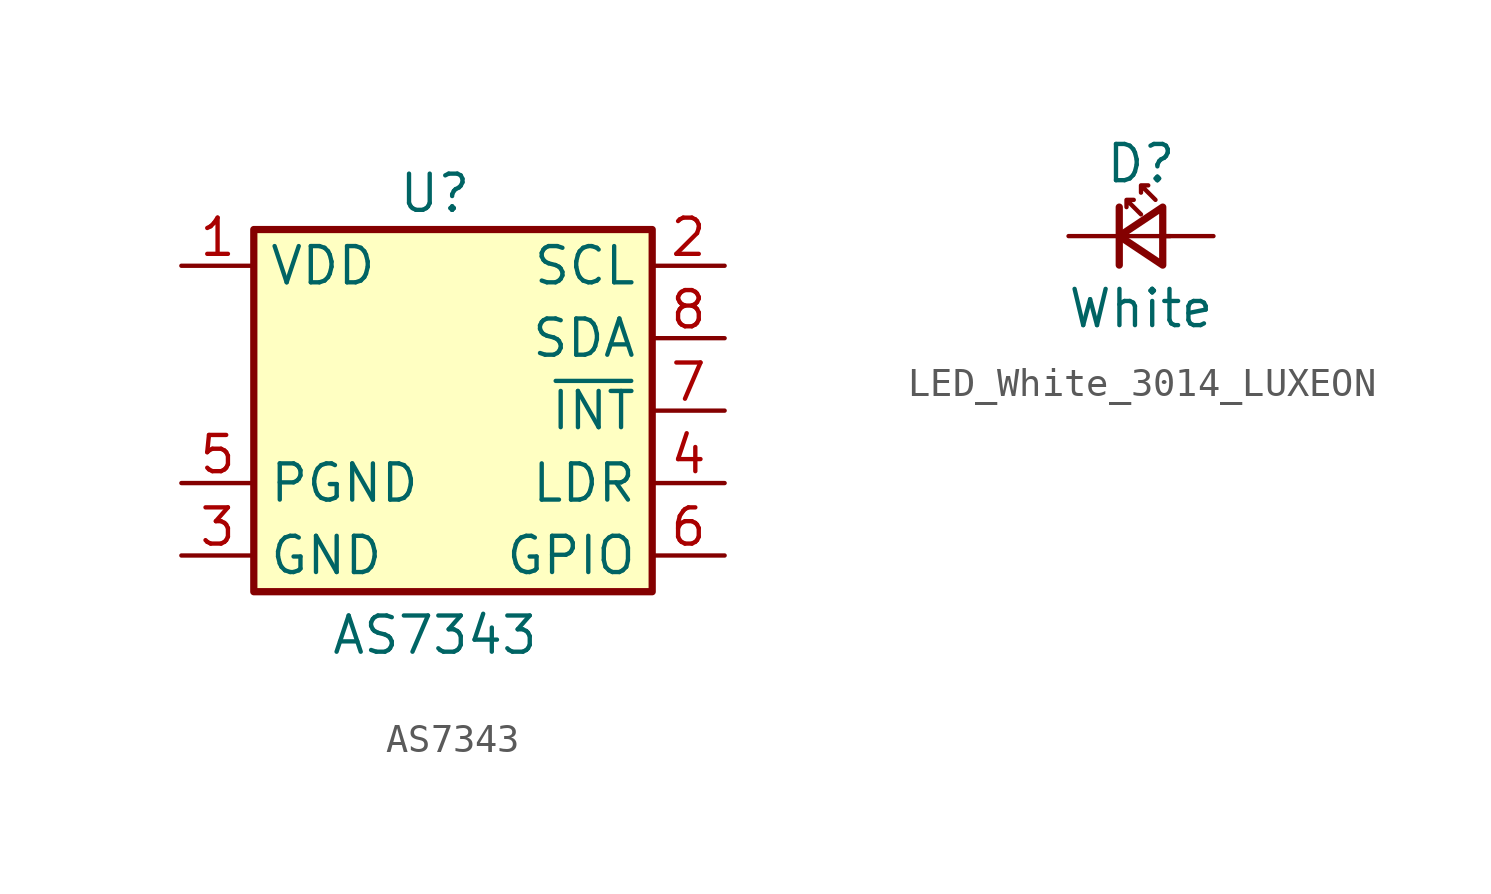
<source format=kicad_sym>
(kicad_symbol_lib
  (version 20241209)
  (generator "kicad_symbol_editor")
  (generator_version "9.0")
  (symbol "AS7343"
    (property "Reference" "U"
      (at 0 7.62 0)
      (effects (font (size 1.27 1.27))))
    (property "Value" "AS7343"
      (at 0 -7.874 0)
      (effects (font (size 1.27 1.27))))
    (symbol "AS7343_0_1"
      (rectangle (start -6.35 6.35) (end 7.62 -6.35) (stroke (width 0.254) (type default)) (fill (type background))))
    (symbol "AS7343_1_1"
      (pin power_in line (at -8.89 5.08 0) (length 2.54) (name "VDD" (effects (font (size 1.27 1.27)))) (number "1" (effects (font (size 1.27 1.27)))))
      (pin power_in line (at -8.89 -2.54 0) (length 2.54) (name "PGND" (effects (font (size 1.27 1.27)))) (number "5" (effects (font (size 1.27 1.27)))))
      (pin power_in line (at -8.89 -5.08 0) (length 2.54) (name "GND" (effects (font (size 1.27 1.27)))) (number "3" (effects (font (size 1.27 1.27)))))
      (pin input line (at 10.16 5.08 180) (length 2.54) (name "SCL" (effects (font (size 1.27 1.27)))) (number "2" (effects (font (size 1.27 1.27)))))
      (pin bidirectional line (at 10.16 2.54 180) (length 2.54) (name "SDA" (effects (font (size 1.27 1.27)))) (number "8" (effects (font (size 1.27 1.27)))))
      (pin output line (at 10.16 0 180) (length 2.54) (name "~{INT}" (effects (font (size 1.27 1.27)))) (number "7" (effects (font (size 1.27 1.27)))))
      (pin output line (at 10.16 -2.54 180) (length 2.54) (name "LDR" (effects (font (size 1.27 1.27)))) (number "4" (effects (font (size 1.27 1.27)))))
      (pin bidirectional line (at 10.16 -5.08 180) (length 2.54) (name "GPIO" (effects (font (size 1.27 1.27)))) (number "6" (effects (font (size 1.27 1.27)))))))
  (symbol "LED_White_3014_LUXEON"
    (pin_numbers
      (hide yes))
    (pin_names
      (offset 1.016)
      (hide yes))
    (property "Reference" "D"
      (at 0 2.54 0)
      (effects (font (size 1.27 1.27))))
    (property "Value" "White"
      (at 0 -2.54 0)
      (effects (font (size 1.27 1.27))))
    (symbol "LED_White_3014_LUXEON_0_1"
      (polyline (pts (xy -0.762 -1.016) (xy -0.762 1.016)) (stroke (width 0.254) (type default)) (fill (type none)))
      (polyline (pts (xy 0 0.762) (xy -0.508 1.27) (xy -0.254 1.27) (xy -0.508 1.27) (xy -0.508 1.016)) (stroke (width 0) (type default)) (fill (type none)))
      (polyline (pts (xy 0.508 1.27) (xy 0 1.778) (xy 0.254 1.778) (xy 0 1.778) (xy 0 1.524)) (stroke (width 0) (type default)) (fill (type none)))
      (polyline (pts (xy 0.762 -1.016) (xy -0.762 0) (xy 0.762 1.016) (xy 0.762 -1.016)) (stroke (width 0.254) (type default)) (fill (type none)))
      (polyline (pts (xy 1.016 0) (xy -0.762 0)) (stroke (width 0) (type default)) (fill (type none))))
    (symbol "LED_White_3014_LUXEON_1_1"
      (pin passive line (at -2.54 0 0) (length 1.778) (name "K" (effects (font (size 1.27 1.27)))) (number "1" (effects (font (size 1.27 1.27)))))
      (pin passive line (at 2.54 0 180) (length 1.778) (name "A" (effects (font (size 1.27 1.27)))) (number "2" (effects (font (size 1.27 1.27))))))))
</source>
